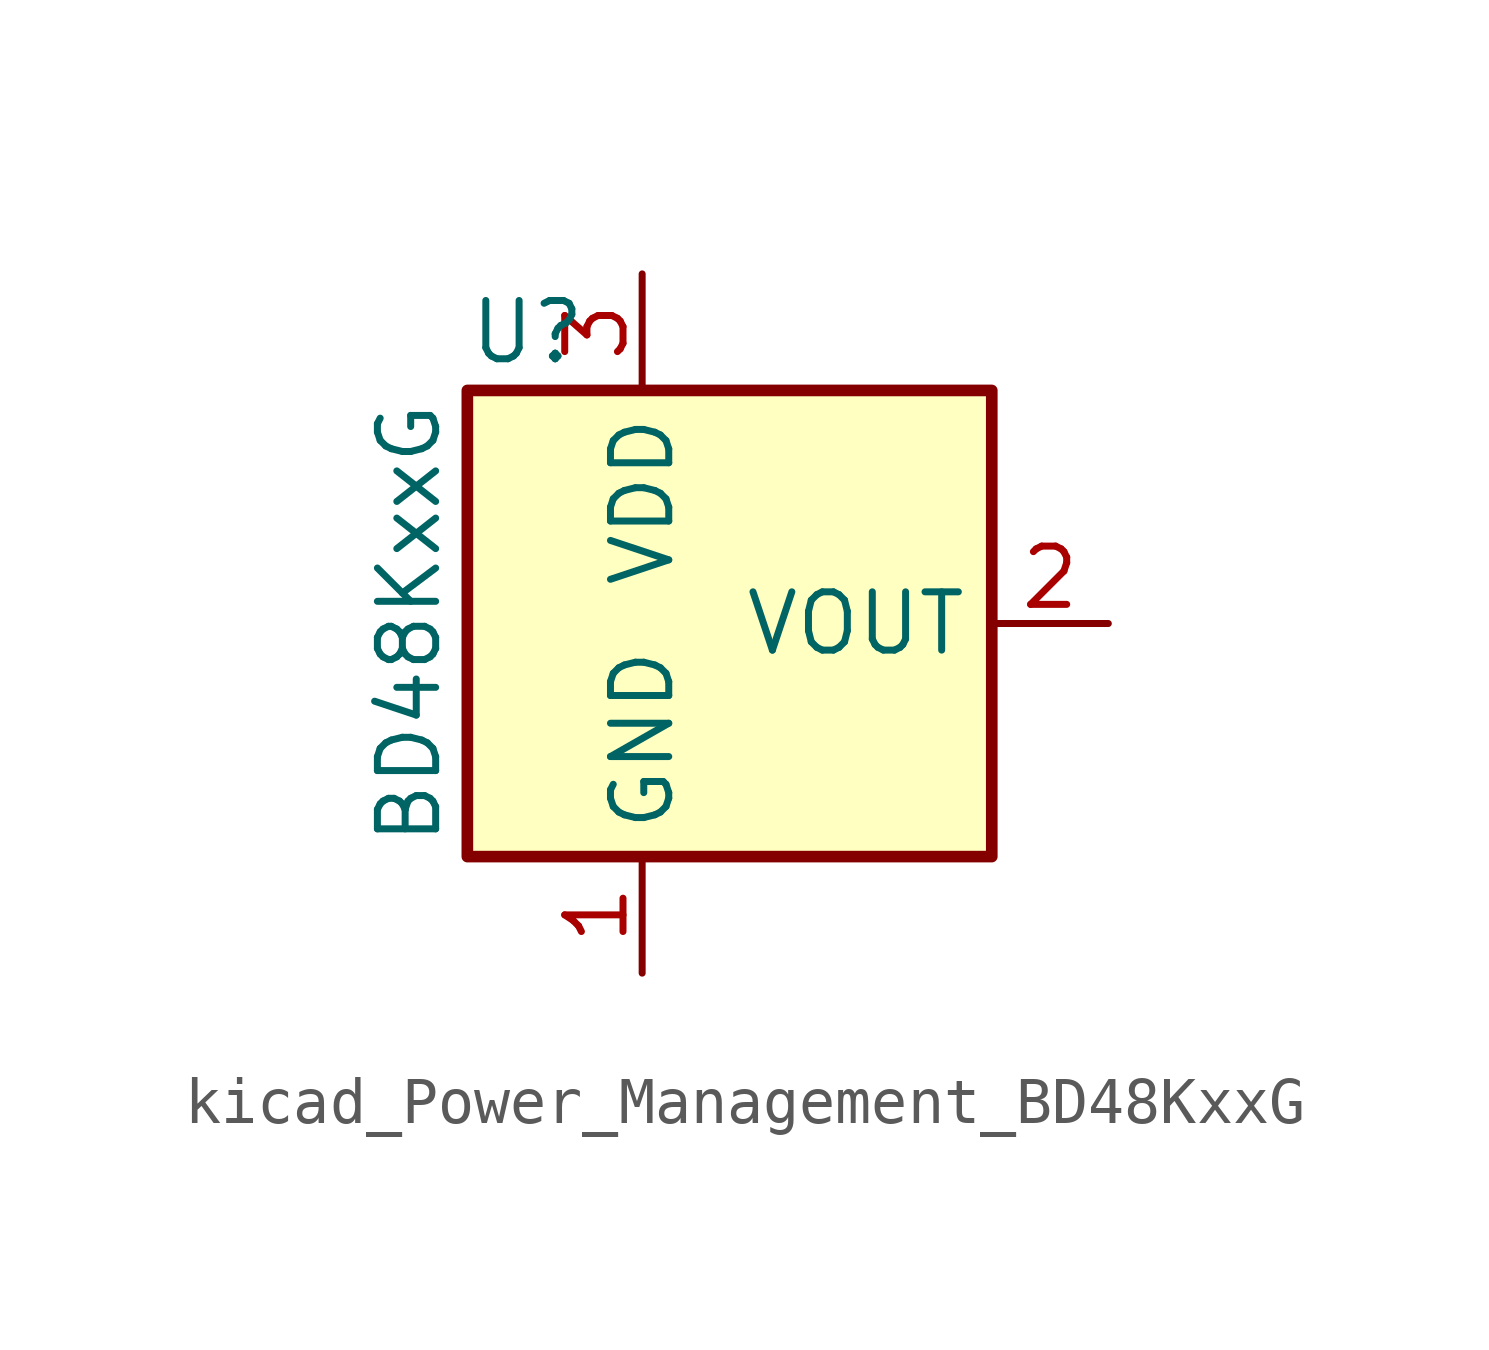
<source format=kicad_sym>
(kicad_symbol_lib
  (version 20220914)
  (generator kicad_symbol_editor)
  (symbol "kicad_Power_Management_BD48KxxG"
    (property "Reference" "U"
      (at -3.81 6.35 0)
      (effects (font (size 1.27 1.27)) (justify left)))
    (property "Value" "BD48KxxG"
      (at -5.08 0 90)
      (effects (font (size 1.27 1.27))))
    (symbol "kicad_Power_Management_BD48KxxG_1_1"
      (rectangle (start -3.81 5.08) (end 7.62 -5.08) (stroke (width 0.254) (type default)) (fill (type background)))
      (pin power_in line (at 0 -7.62 90) (length 2.54) (name "GND" (effects (font (size 1.27 1.27)))) (number "1" (effects (font (size 1.27 1.27)))))
      (pin output line (at 10.16 0 180) (length 2.54) (name "VOUT" (effects (font (size 1.27 1.27)))) (number "2" (effects (font (size 1.27 1.27)))))
      (pin power_in line (at 0 7.62 270) (length 2.54) (name "VDD" (effects (font (size 1.27 1.27)))) (number "3" (effects (font (size 1.27 1.27))))))))
</source>
